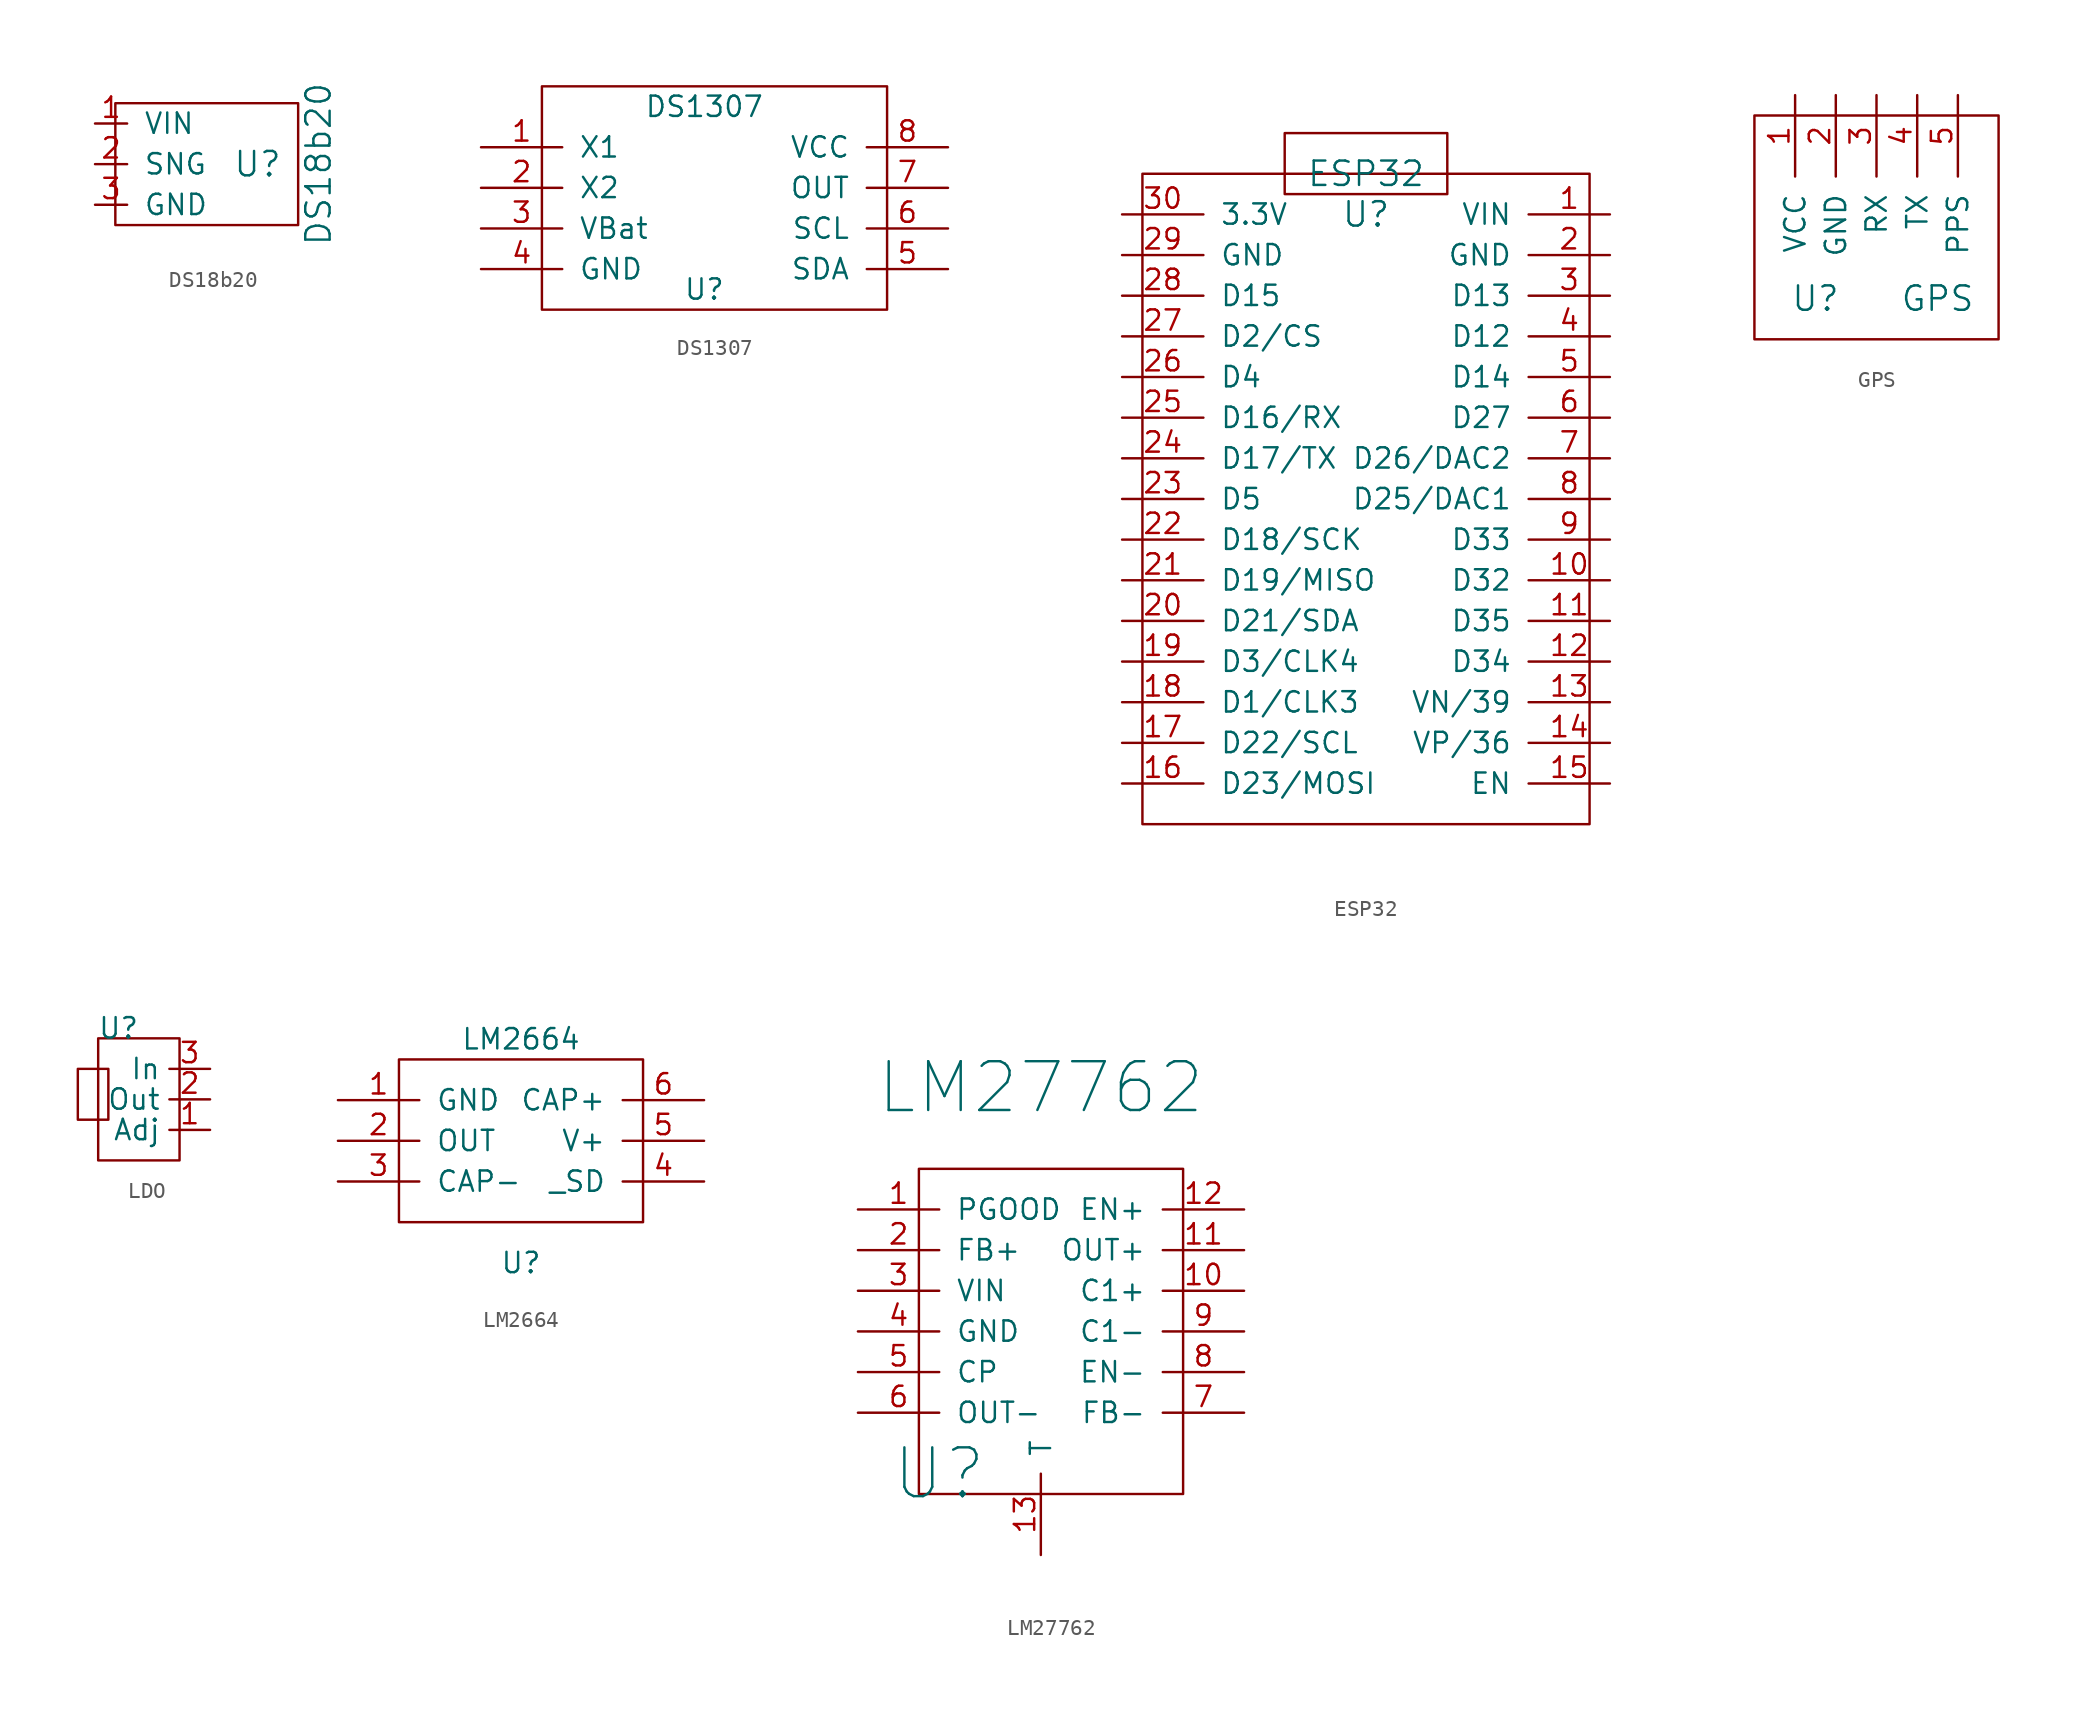
<source format=kicad_sym>
(kicad_symbol_lib
  (version 20220914)
  (generator kicad_symbol_editor)
  (symbol "DS18b20"
    (pin_names
      (offset 1.016))
    (property "Reference" "U"
      (at 2.54 0 0)
      (effects (font (size 1.524 1.524))))
    (property "Value" "DS18b20"
      (at 6.35 0 90)
      (effects (font (size 1.524 1.524))))
    (property "Footprint" ""
      (at -1.27 0 0)
      (effects (font (size 1.524 1.524))))
    (property "Datasheet" ""
      (at -1.27 0 0)
      (effects (font (size 1.524 1.524))))
    (symbol "DS18b20_0_0"
      (rectangle (start -6.35 3.81) (end 5.08 -3.81) (stroke (width 0) (type solid)) (fill (type none))))
    (symbol "DS18b20_1_1"
      (pin input line (at -7.62 2.54 0) (length 2.007) (name "VIN" (effects (font (size 1.27 1.27)))) (number "1" (effects (font (size 1.27 1.27)))))
      (pin input line (at -7.62 0 0) (length 2.007) (name "SNG" (effects (font (size 1.27 1.27)))) (number "2" (effects (font (size 1.27 1.27)))))
      (pin input line (at -7.62 -2.54 0) (length 2.007) (name "GND" (effects (font (size 1.27 1.27)))) (number "3" (effects (font (size 1.27 1.27)))))))
  (symbol "DS1307"
    (pin_names
      (offset 1.016))
    (property "Reference" "U"
      (at 0 -2.54 0)
      (effects (font (size 1.27 1.27))))
    (property "Value" "DS1307"
      (at 0 8.89 0)
      (effects (font (size 1.27 1.27))))
    (symbol "DS1307_0_1"
      (rectangle (start -10.16 10.16) (end 11.43 -3.81) (stroke (width 0) (type solid)) (fill (type none))))
    (symbol "DS1307_1_1"
      (pin input line (at -13.97 6.35 0) (length 5.08) (name "X1" (effects (font (size 1.27 1.27)))) (number "1" (effects (font (size 1.27 1.27)))))
      (pin input line (at -13.97 3.81 0) (length 5.08) (name "X2" (effects (font (size 1.27 1.27)))) (number "2" (effects (font (size 1.27 1.27)))))
      (pin input line (at -13.97 1.27 0) (length 5.08) (name "VBat" (effects (font (size 1.27 1.27)))) (number "3" (effects (font (size 1.27 1.27)))))
      (pin input line (at -13.97 -1.27 0) (length 5.08) (name "GND" (effects (font (size 1.27 1.27)))) (number "4" (effects (font (size 1.27 1.27)))))
      (pin input line (at 15.24 -1.27 180) (length 5.08) (name "SDA" (effects (font (size 1.27 1.27)))) (number "5" (effects (font (size 1.27 1.27)))))
      (pin input line (at 15.24 1.27 180) (length 5.08) (name "SCL" (effects (font (size 1.27 1.27)))) (number "6" (effects (font (size 1.27 1.27)))))
      (pin input line (at 15.24 3.81 180) (length 5.08) (name "OUT" (effects (font (size 1.27 1.27)))) (number "7" (effects (font (size 1.27 1.27)))))
      (pin input line (at 15.24 6.35 180) (length 5.08) (name "VCC" (effects (font (size 1.27 1.27)))) (number "8" (effects (font (size 1.27 1.27)))))))
  (symbol "ESP32"
    (pin_names
      (offset 1.016))
    (property "Reference" "U"
      (at 0 17.78 0)
      (effects (font (size 1.524 1.524))))
    (property "Value" "ESP32"
      (at 0 20.32 0)
      (effects (font (size 1.524 1.524))))
    (property "Footprint" ""
      (at 0 0 0)
      (effects (font (size 1.524 1.524))))
    (property "Datasheet" ""
      (at 0 0 0)
      (effects (font (size 1.524 1.524))))
    (symbol "ESP32_0_1"
      (rectangle (start -13.97 20.32) (end 13.97 -20.32) (stroke (width 0) (type solid)) (fill (type none)))
      (rectangle (start -5.08 22.86) (end 5.08 19.05) (stroke (width 0) (type solid)) (fill (type none))))
    (symbol "ESP32_1_1"
      (pin input line (at 15.24 17.78 180) (length 5.08) (name "VIN" (effects (font (size 1.27 1.27)))) (number "1" (effects (font (size 1.27 1.27)))))
      (pin input line (at 15.24 -5.08 180) (length 5.08) (name "D32" (effects (font (size 1.27 1.27)))) (number "10" (effects (font (size 1.27 1.27)))))
      (pin input line (at 15.24 -7.62 180) (length 5.08) (name "D35" (effects (font (size 1.27 1.27)))) (number "11" (effects (font (size 1.27 1.27)))))
      (pin input line (at 15.24 -10.16 180) (length 5.08) (name "D34" (effects (font (size 1.27 1.27)))) (number "12" (effects (font (size 1.27 1.27)))))
      (pin input line (at 15.24 -12.7 180) (length 5.08) (name "VN/39" (effects (font (size 1.27 1.27)))) (number "13" (effects (font (size 1.27 1.27)))))
      (pin input line (at 15.24 -15.24 180) (length 5.08) (name "VP/36" (effects (font (size 1.27 1.27)))) (number "14" (effects (font (size 1.27 1.27)))))
      (pin input line (at 15.24 -17.78 180) (length 5.08) (name "EN" (effects (font (size 1.27 1.27)))) (number "15" (effects (font (size 1.27 1.27)))))
      (pin input line (at -15.24 -17.78 0) (length 5.08) (name "D23/MOSI" (effects (font (size 1.27 1.27)))) (number "16" (effects (font (size 1.27 1.27)))))
      (pin input line (at -15.24 -15.24 0) (length 5.08) (name "D22/SCL" (effects (font (size 1.27 1.27)))) (number "17" (effects (font (size 1.27 1.27)))))
      (pin input line (at -15.24 -12.7 0) (length 5.08) (name "D1/CLK3" (effects (font (size 1.27 1.27)))) (number "18" (effects (font (size 1.27 1.27)))))
      (pin input line (at -15.24 -10.16 0) (length 5.08) (name "D3/CLK4" (effects (font (size 1.27 1.27)))) (number "19" (effects (font (size 1.27 1.27)))))
      (pin input line (at 15.24 15.24 180) (length 5.08) (name "GND" (effects (font (size 1.27 1.27)))) (number "2" (effects (font (size 1.27 1.27)))))
      (pin input line (at -15.24 -7.62 0) (length 5.08) (name "D21/SDA" (effects (font (size 1.27 1.27)))) (number "20" (effects (font (size 1.27 1.27)))))
      (pin input line (at -15.24 -5.08 0) (length 5.08) (name "D19/MISO" (effects (font (size 1.27 1.27)))) (number "21" (effects (font (size 1.27 1.27)))))
      (pin input line (at -15.24 -2.54 0) (length 5.08) (name "D18/SCK" (effects (font (size 1.27 1.27)))) (number "22" (effects (font (size 1.27 1.27)))))
      (pin input line (at -15.24 0 0) (length 5.08) (name "D5" (effects (font (size 1.27 1.27)))) (number "23" (effects (font (size 1.27 1.27)))))
      (pin input line (at -15.24 2.54 0) (length 5.08) (name "D17/TX" (effects (font (size 1.27 1.27)))) (number "24" (effects (font (size 1.27 1.27)))))
      (pin input line (at -15.24 5.08 0) (length 5.08) (name "D16/RX" (effects (font (size 1.27 1.27)))) (number "25" (effects (font (size 1.27 1.27)))))
      (pin input line (at -15.24 7.62 0) (length 5.08) (name "D4" (effects (font (size 1.27 1.27)))) (number "26" (effects (font (size 1.27 1.27)))))
      (pin input line (at -15.24 10.16 0) (length 5.08) (name "D2/CS" (effects (font (size 1.27 1.27)))) (number "27" (effects (font (size 1.27 1.27)))))
      (pin input line (at -15.24 12.7 0) (length 5.08) (name "D15" (effects (font (size 1.27 1.27)))) (number "28" (effects (font (size 1.27 1.27)))))
      (pin input line (at -15.24 15.24 0) (length 5.08) (name "GND" (effects (font (size 1.27 1.27)))) (number "29" (effects (font (size 1.27 1.27)))))
      (pin input line (at 15.24 12.7 180) (length 5.08) (name "D13" (effects (font (size 1.27 1.27)))) (number "3" (effects (font (size 1.27 1.27)))))
      (pin input line (at -15.24 17.78 0) (length 5.08) (name "3.3V" (effects (font (size 1.27 1.27)))) (number "30" (effects (font (size 1.27 1.27)))))
      (pin input line (at 15.24 10.16 180) (length 5.08) (name "D12" (effects (font (size 1.27 1.27)))) (number "4" (effects (font (size 1.27 1.27)))))
      (pin input line (at 15.24 7.62 180) (length 5.08) (name "D14" (effects (font (size 1.27 1.27)))) (number "5" (effects (font (size 1.27 1.27)))))
      (pin input line (at 15.24 5.08 180) (length 5.08) (name "D27" (effects (font (size 1.27 1.27)))) (number "6" (effects (font (size 1.27 1.27)))))
      (pin input line (at 15.24 2.54 180) (length 5.08) (name "D26/DAC2" (effects (font (size 1.27 1.27)))) (number "7" (effects (font (size 1.27 1.27)))))
      (pin input line (at 15.24 0 180) (length 5.08) (name "D25/DAC1" (effects (font (size 1.27 1.27)))) (number "8" (effects (font (size 1.27 1.27)))))
      (pin input line (at 15.24 -2.54 180) (length 5.08) (name "D33" (effects (font (size 1.27 1.27)))) (number "9" (effects (font (size 1.27 1.27)))))))
  (symbol "GPS"
    (pin_names
      (offset 1.016))
    (property "Reference" "U"
      (at -3.81 -8.89 0)
      (effects (font (size 1.524 1.524))))
    (property "Value" "GPS"
      (at 3.81 -8.89 0)
      (effects (font (size 1.524 1.524))))
    (property "Footprint" ""
      (at 2.54 0 0)
      (effects (font (size 1.524 1.524))))
    (property "Datasheet" ""
      (at 2.54 0 0)
      (effects (font (size 1.524 1.524))))
    (symbol "GPS_0_1"
      (rectangle (start -7.62 2.54) (end 7.62 -11.43) (stroke (width 0) (type solid)) (fill (type none))))
    (symbol "GPS_1_1"
      (pin input line (at -5.08 3.81 270) (length 5.08) (name "VCC" (effects (font (size 1.27 1.27)))) (number "1" (effects (font (size 1.27 1.27)))))
      (pin input line (at -2.54 3.81 270) (length 5.08) (name "GND" (effects (font (size 1.27 1.27)))) (number "2" (effects (font (size 1.27 1.27)))))
      (pin input line (at 0 3.81 270) (length 5.08) (name "RX" (effects (font (size 1.27 1.27)))) (number "3" (effects (font (size 1.27 1.27)))))
      (pin input line (at 2.54 3.81 270) (length 5.08) (name "TX" (effects (font (size 1.27 1.27)))) (number "4" (effects (font (size 1.27 1.27)))))
      (pin input line (at 5.08 3.81 270) (length 5.08) (name "PPS" (effects (font (size 1.27 1.27)))) (number "5" (effects (font (size 1.27 1.27)))))))
  (symbol "LDO"
    (property "Reference" "U"
      (at -0.635 4.445 0)
      (effects (font (size 1.27 1.27))))
    (property "Value" ""
      (at 0 0 0)
      (effects (font (size 1.27 1.27))))
    (symbol "LDO_0_1"
      (rectangle (start -3.175 1.905) (end -1.27 -1.27) (stroke (width 0) (type default)) (fill (type none)))
      (rectangle (start -1.905 3.81) (end 3.175 -3.81) (stroke (width 0) (type default)) (fill (type none))))
    (symbol "LDO_1_1"
      (pin input line (at 5.08 -1.905 180) (length 2.54) (name "Adj" (effects (font (size 1.27 1.27)))) (number "1" (effects (font (size 1.27 1.27)))))
      (pin input line (at 5.08 0 180) (length 2.54) (name "Out" (effects (font (size 1.27 1.27)))) (number "2" (effects (font (size 1.27 1.27)))))
      (pin input line (at 5.08 1.905 180) (length 2.54) (name "In" (effects (font (size 1.27 1.27)))) (number "3" (effects (font (size 1.27 1.27)))))))
  (symbol "LM2664"
    (pin_names
      (offset 1.016))
    (property "Reference" "U"
      (at 0 -7.62 0)
      (effects (font (size 1.27 1.27))))
    (property "Value" "LM2664"
      (at 0 6.35 0)
      (effects (font (size 1.27 1.27))))
    (symbol "LM2664_0_1"
      (rectangle (start -7.62 5.08) (end 7.62 -5.08) (stroke (width 0) (type solid)) (fill (type none))))
    (symbol "LM2664_1_1"
      (pin input line (at -11.43 2.54 0) (length 5.08) (name "GND" (effects (font (size 1.27 1.27)))) (number "1" (effects (font (size 1.27 1.27)))))
      (pin input line (at -11.43 0 0) (length 5.08) (name "OUT" (effects (font (size 1.27 1.27)))) (number "2" (effects (font (size 1.27 1.27)))))
      (pin input line (at -11.43 -2.54 0) (length 5.08) (name "CAP-" (effects (font (size 1.27 1.27)))) (number "3" (effects (font (size 1.27 1.27)))))
      (pin input line (at 11.43 -2.54 180) (length 5.08) (name "_SD" (effects (font (size 1.27 1.27)))) (number "4" (effects (font (size 1.27 1.27)))))
      (pin input line (at 11.43 0 180) (length 5.08) (name "V+" (effects (font (size 1.27 1.27)))) (number "5" (effects (font (size 1.27 1.27)))))
      (pin input line (at 11.43 2.54 180) (length 5.08) (name "CAP+" (effects (font (size 1.27 1.27)))) (number "6" (effects (font (size 1.27 1.27)))))))
  (symbol "LM27762"
    (pin_names
      (offset 1.016))
    (property "Reference" "U"
      (at -6.35 -2.54 0)
      (effects (font (size 3.048 3.048))))
    (property "Value" "LM27762"
      (at 0 21.59 0)
      (effects (font (size 3.048 3.048))))
    (symbol "LM27762_0_1"
      (rectangle (start -7.62 16.51) (end 8.89 -3.81) (stroke (width 0) (type solid)) (fill (type none))))
    (symbol "LM27762_1_1"
      (pin input line (at -11.43 13.97 0) (length 5.08) (name "PGOOD" (effects (font (size 1.27 1.27)))) (number "1" (effects (font (size 1.27 1.27)))))
      (pin input line (at 12.7 8.89 180) (length 5.08) (name "C1+" (effects (font (size 1.27 1.27)))) (number "10" (effects (font (size 1.27 1.27)))))
      (pin input line (at 12.7 11.43 180) (length 5.08) (name "OUT+" (effects (font (size 1.27 1.27)))) (number "11" (effects (font (size 1.27 1.27)))))
      (pin input line (at 12.7 13.97 180) (length 5.08) (name "EN+" (effects (font (size 1.27 1.27)))) (number "12" (effects (font (size 1.27 1.27)))))
      (pin input line (at 0 -7.62 90) (length 5.08) (name "T" (effects (font (size 1.27 1.27)))) (number "13" (effects (font (size 1.27 1.27)))))
      (pin input line (at -11.43 11.43 0) (length 5.08) (name "FB+" (effects (font (size 1.27 1.27)))) (number "2" (effects (font (size 1.27 1.27)))))
      (pin input line (at -11.43 8.89 0) (length 5.08) (name "VIN" (effects (font (size 1.27 1.27)))) (number "3" (effects (font (size 1.27 1.27)))))
      (pin input line (at -11.43 6.35 0) (length 5.08) (name "GND" (effects (font (size 1.27 1.27)))) (number "4" (effects (font (size 1.27 1.27)))))
      (pin input line (at -11.43 3.81 0) (length 5.08) (name "CP" (effects (font (size 1.27 1.27)))) (number "5" (effects (font (size 1.27 1.27)))))
      (pin input line (at -11.43 1.27 0) (length 5.08) (name "OUT-" (effects (font (size 1.27 1.27)))) (number "6" (effects (font (size 1.27 1.27)))))
      (pin input line (at 12.7 1.27 180) (length 5.08) (name "FB-" (effects (font (size 1.27 1.27)))) (number "7" (effects (font (size 1.27 1.27)))))
      (pin input line (at 12.7 3.81 180) (length 5.08) (name "EN-" (effects (font (size 1.27 1.27)))) (number "8" (effects (font (size 1.27 1.27)))))
      (pin input line (at 12.7 6.35 180) (length 5.08) (name "C1-" (effects (font (size 1.27 1.27)))) (number "9" (effects (font (size 1.27 1.27))))))))
</source>
